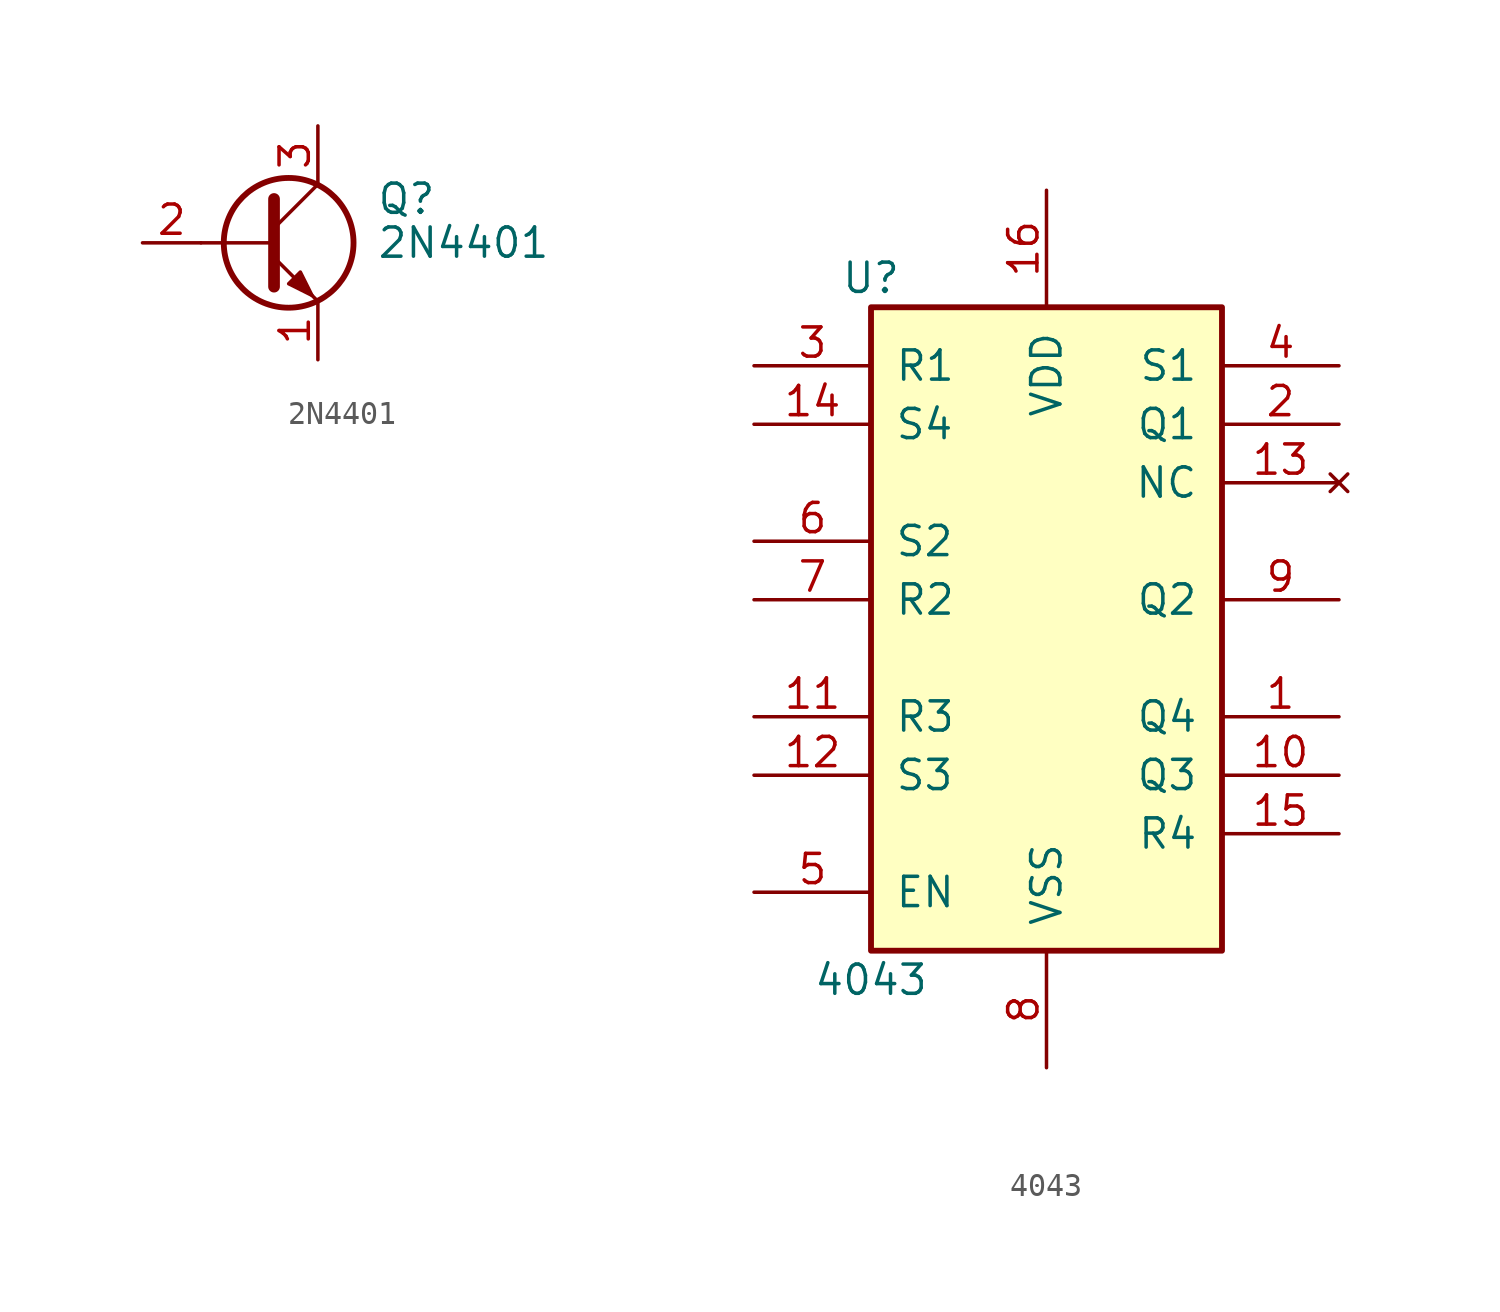
<source format=kicad_sym>
(kicad_symbol_lib
  (version 20241209)
  (generator "kicad_symbol_editor")
  (generator_version "9.0")
  (symbol "2N4401"
    (pin_names
      (offset 0)
      (hide yes))
    (property "Reference" "Q"
      (at 5.08 1.905 0)
      (effects (font (size 1.27 1.27)) (justify left)))
    (property "Value" "2N4401"
      (at 5.08 0 0)
      (effects (font (size 1.27 1.27)) (justify left)))
    (symbol "2N4401_0_1"
      (polyline (pts (xy -2.54 0) (xy 0.635 0)) (stroke (width 0) (type default)) (fill (type none)))
      (polyline (pts (xy 0.635 1.905) (xy 0.635 -1.905)) (stroke (width 0.508) (type default)) (fill (type none)))
      (circle (center 1.27 0) (radius 2.819) (stroke (width 0.254) (type default)) (fill (type none))))
    (symbol "2N4401_1_1"
      (polyline (pts (xy 0.635 0.635) (xy 2.54 2.54)) (stroke (width 0) (type default)) (fill (type none)))
      (polyline (pts (xy 0.635 -0.635) (xy 2.54 -2.54)) (stroke (width 0) (type default)) (fill (type none)))
      (polyline (pts (xy 1.27 -1.778) (xy 1.778 -1.27) (xy 2.286 -2.286) (xy 1.27 -1.778)) (stroke (width 0) (type default)) (fill (type outline)))
      (pin input line (at -5.08 0 0) (length 2.54) (name "B" (effects (font (size 1.27 1.27)))) (number "2" (effects (font (size 1.27 1.27)))))
      (pin passive line (at 2.54 5.08 270) (length 2.54) (name "C" (effects (font (size 1.27 1.27)))) (number "3" (effects (font (size 1.27 1.27)))))
      (pin passive line (at 2.54 -5.08 90) (length 2.54) (name "E" (effects (font (size 1.27 1.27)))) (number "1" (effects (font (size 1.27 1.27)))))))
  (symbol "4043"
    (pin_names
      (offset 1.016))
    (property "Reference" "U"
      (at -7.62 13.97 0)
      (effects (font (size 1.27 1.27))))
    (property "Value" "4043"
      (at -7.62 -16.51 0)
      (effects (font (size 1.27 1.27))))
    (property "ki_locked" ""
      (at 0 0 0)
      (effects (font (size 1.27 1.27))))
    (symbol "4043_1_0"
      (pin input line (at -12.7 10.16 0) (length 5.08) (name "R1" (effects (font (size 1.27 1.27)))) (number "3" (effects (font (size 1.27 1.27)))))
      (pin input line (at -12.7 7.62 0) (length 5.08) (name "S4" (effects (font (size 1.27 1.27)))) (number "14" (effects (font (size 1.27 1.27)))))
      (pin input line (at -12.7 2.54 0) (length 5.08) (name "S2" (effects (font (size 1.27 1.27)))) (number "6" (effects (font (size 1.27 1.27)))))
      (pin input line (at -12.7 0 0) (length 5.08) (name "R2" (effects (font (size 1.27 1.27)))) (number "7" (effects (font (size 1.27 1.27)))))
      (pin input line (at -12.7 -5.08 0) (length 5.08) (name "R3" (effects (font (size 1.27 1.27)))) (number "11" (effects (font (size 1.27 1.27)))))
      (pin input line (at -12.7 -7.62 0) (length 5.08) (name "S3" (effects (font (size 1.27 1.27)))) (number "12" (effects (font (size 1.27 1.27)))))
      (pin input line (at -12.7 -12.7 0) (length 5.08) (name "EN" (effects (font (size 1.27 1.27)))) (number "5" (effects (font (size 1.27 1.27)))))
      (pin power_in line (at 0 17.78 270) (length 5.08) (name "VDD" (effects (font (size 1.27 1.27)))) (number "16" (effects (font (size 1.27 1.27)))))
      (pin power_in line (at 0 -20.32 90) (length 5.08) (name "VSS" (effects (font (size 1.27 1.27)))) (number "8" (effects (font (size 1.27 1.27)))))
      (pin input line (at 12.7 10.16 180) (length 5.08) (name "S1" (effects (font (size 1.27 1.27)))) (number "4" (effects (font (size 1.27 1.27)))))
      (pin output line (at 12.7 7.62 180) (length 5.08) (name "Q1" (effects (font (size 1.27 1.27)))) (number "2" (effects (font (size 1.27 1.27)))))
      (pin no_connect line (at 12.7 5.08 180) (length 5.08) (name "NC" (effects (font (size 1.27 1.27)))) (number "13" (effects (font (size 1.27 1.27)))))
      (pin output line (at 12.7 0 180) (length 5.08) (name "Q2" (effects (font (size 1.27 1.27)))) (number "9" (effects (font (size 1.27 1.27)))))
      (pin output line (at 12.7 -5.08 180) (length 5.08) (name "Q4" (effects (font (size 1.27 1.27)))) (number "1" (effects (font (size 1.27 1.27)))))
      (pin output line (at 12.7 -7.62 180) (length 5.08) (name "Q3" (effects (font (size 1.27 1.27)))) (number "10" (effects (font (size 1.27 1.27)))))
      (pin input line (at 12.7 -10.16 180) (length 5.08) (name "R4" (effects (font (size 1.27 1.27)))) (number "15" (effects (font (size 1.27 1.27))))))
    (symbol "4043_1_1"
      (rectangle (start -7.62 12.7) (end 7.62 -15.24) (stroke (width 0.254) (type default)) (fill (type background))))))
</source>
